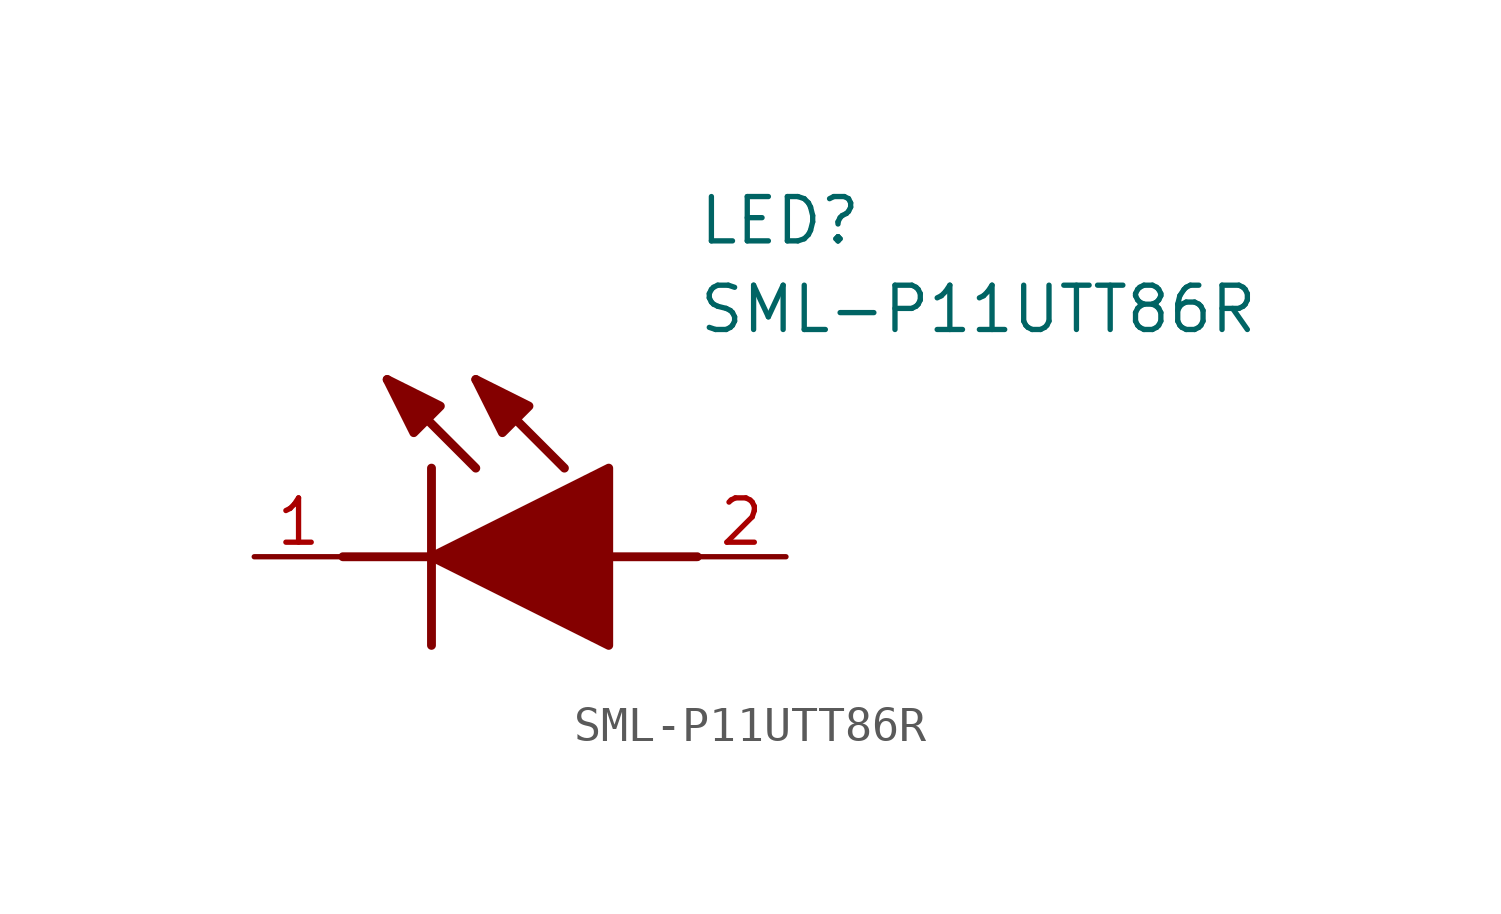
<source format=kicad_sym>
(kicad_symbol_lib
  (version 20241209)
  (generator "kicad_symbol_editor")
  (generator_version "9.0")
  (symbol "SML-P11UTT86R"
    (pin_names
      (hide yes))
    (property "Reference" "LED"
      (at 12.7 8.89 0)
      (effects (font (size 1.27 1.27)) (justify left bottom)))
    (property "Value" "SML-P11UTT86R"
      (at 12.7 6.35 0)
      (effects (font (size 1.27 1.27)) (justify left bottom)))
    (symbol "SML-P11UTT86R_1_1"
      (polyline (pts (xy 2.54 0) (xy 5.08 0)) (stroke (width 0.254) (type default)) (fill (type none)))
      (polyline (pts (xy 5.08 2.54) (xy 5.08 -2.54)) (stroke (width 0.254) (type default)) (fill (type none)))
      (polyline (pts (xy 5.08 0) (xy 10.16 2.54) (xy 10.16 -2.54) (xy 5.08 0)) (stroke (width 0.254) (type default)) (fill (type outline)))
      (polyline (pts (xy 5.334 4.318) (xy 4.572 3.556) (xy 3.81 5.08) (xy 5.334 4.318)) (stroke (width 0.254) (type default)) (fill (type outline)))
      (polyline (pts (xy 6.35 2.54) (xy 3.81 5.08)) (stroke (width 0.254) (type default)) (fill (type none)))
      (polyline (pts (xy 7.874 4.318) (xy 7.112 3.556) (xy 6.35 5.08) (xy 7.874 4.318)) (stroke (width 0.254) (type default)) (fill (type outline)))
      (polyline (pts (xy 8.89 2.54) (xy 6.35 5.08)) (stroke (width 0.254) (type default)) (fill (type none)))
      (polyline (pts (xy 10.16 0) (xy 12.7 0)) (stroke (width 0.254) (type default)) (fill (type none)))
      (pin passive line (at 0 0 0) (length 2.54) (name "K" (effects (font (size 1.27 1.27)))) (number "1" (effects (font (size 1.27 1.27)))))
      (pin passive line (at 15.24 0 180) (length 2.54) (name "A" (effects (font (size 1.27 1.27)))) (number "2" (effects (font (size 1.27 1.27))))))))
</source>
